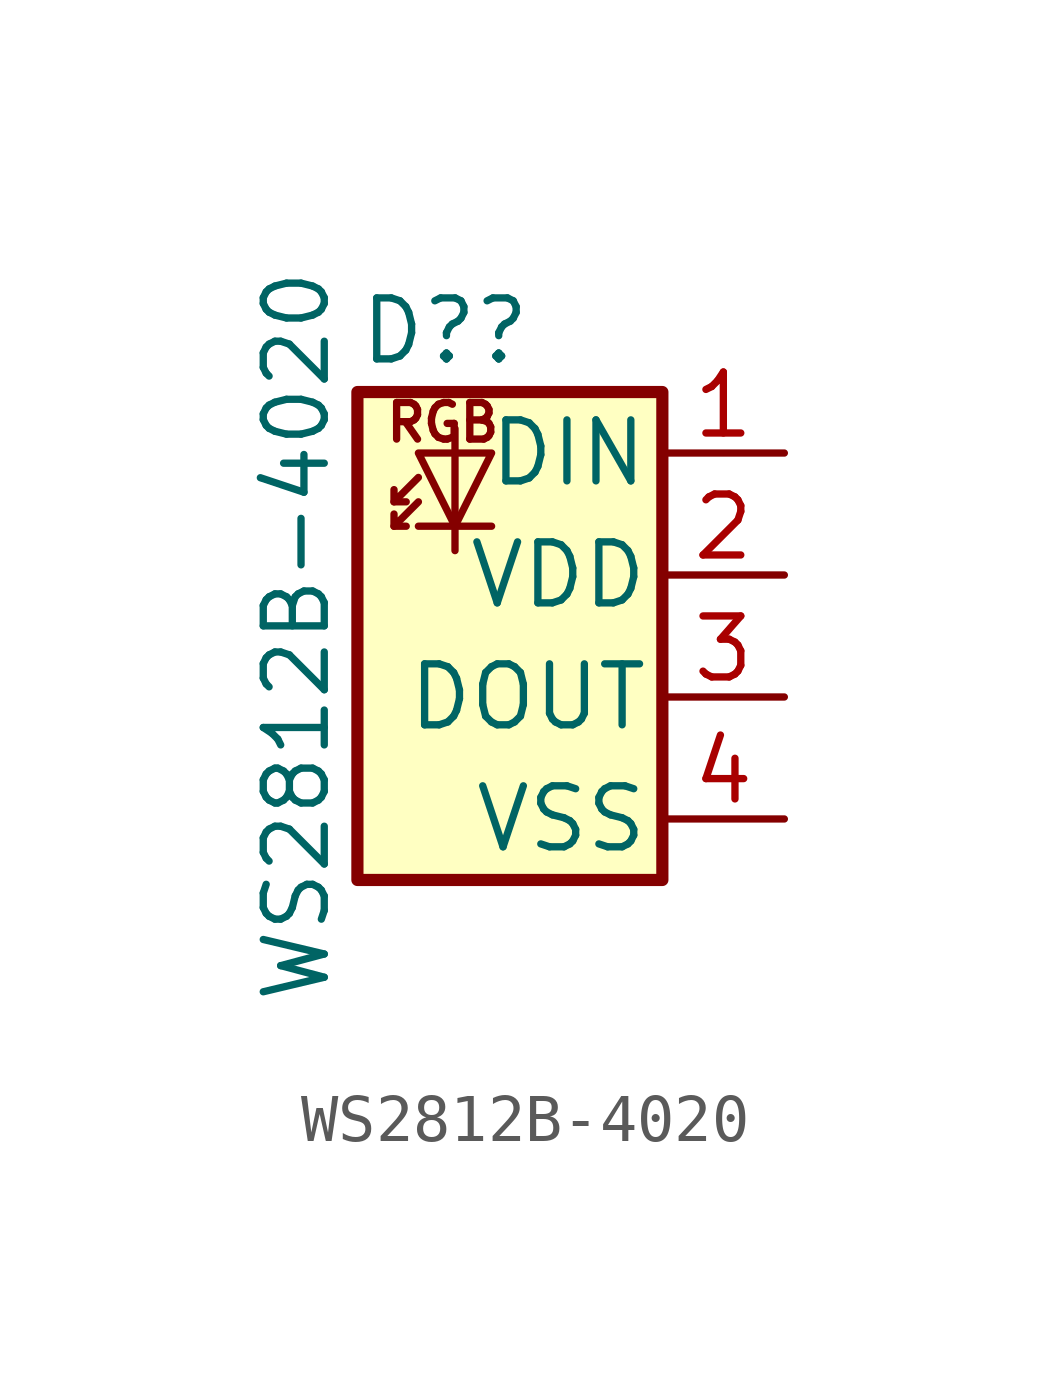
<source format=kicad_sym>
(kicad_symbol_lib
  (version 20211014)
  (generator kicad_symbol_editor)
  (symbol "WS2812B-4020"
    (pin_names
      (offset 0.254))
    (property "Reference" "D?"
      (at -6.35 6.35 0)
      (effects (font (size 1.27 1.27)) (justify left)))
    (property "Value" "WS2812B-4020"
      (at -7.62 0 90)
      (effects (font (size 1.27 1.27))))
    (symbol "WS2812B-4020_0_0"
      (text "RGB" (at -4.572 4.445 0) (effects (font (size 0.762 0.762)))))
    (symbol "WS2812B-4020_0_1"
      (polyline (pts (xy -5.588 2.286) (xy -5.334 2.286)) (stroke (width 0) (type default) (color 0 0 0 0)) (fill (type none)))
      (polyline (pts (xy -5.588 2.794) (xy -5.334 2.794)) (stroke (width 0) (type default) (color 0 0 0 0)) (fill (type none)))
      (polyline (pts (xy -5.08 2.794) (xy -5.588 2.286) (xy -5.588 2.54)) (stroke (width 0) (type default) (color 0 0 0 0)) (fill (type none)))
      (polyline (pts (xy -5.08 3.302) (xy -5.588 2.794) (xy -5.588 3.048)) (stroke (width 0) (type default) (color 0 0 0 0)) (fill (type none)))
      (polyline (pts (xy -4.318 4.318) (xy -4.318 2.286) (xy -4.318 1.778)) (stroke (width 0) (type default) (color 0 0 0 0)) (fill (type none)))
      (polyline (pts (xy -3.556 2.286) (xy -4.318 2.286) (xy -5.08 2.286)) (stroke (width 0) (type default) (color 0 0 0 0)) (fill (type none)))
      (polyline (pts (xy -3.556 3.81) (xy -5.08 3.81) (xy -4.318 2.286) (xy -3.556 3.81)) (stroke (width 0) (type default) (color 0 0 0 0)) (fill (type none)))
      (rectangle (start 0 5.08) (end -6.35 -5.08) (stroke (width 0.254) (type default) (color 0 0 0 0)) (fill (type background))))
    (symbol "WS2812B-4020_1_1"
      (pin input line (at 2.54 3.81 180) (length 2.54) (name "DIN" (effects (font (size 1.27 1.27)))) (number "1" (effects (font (size 1.27 1.27)))))
      (pin power_in line (at 2.54 1.27 180) (length 2.54) (name "VDD" (effects (font (size 1.27 1.27)))) (number "2" (effects (font (size 1.27 1.27)))))
      (pin output line (at 2.54 -1.27 180) (length 2.54) (name "DOUT" (effects (font (size 1.27 1.27)))) (number "3" (effects (font (size 1.27 1.27)))))
      (pin power_in line (at 2.54 -3.81 180) (length 2.54) (name "VSS" (effects (font (size 1.27 1.27)))) (number "4" (effects (font (size 1.27 1.27))))))))
</source>
